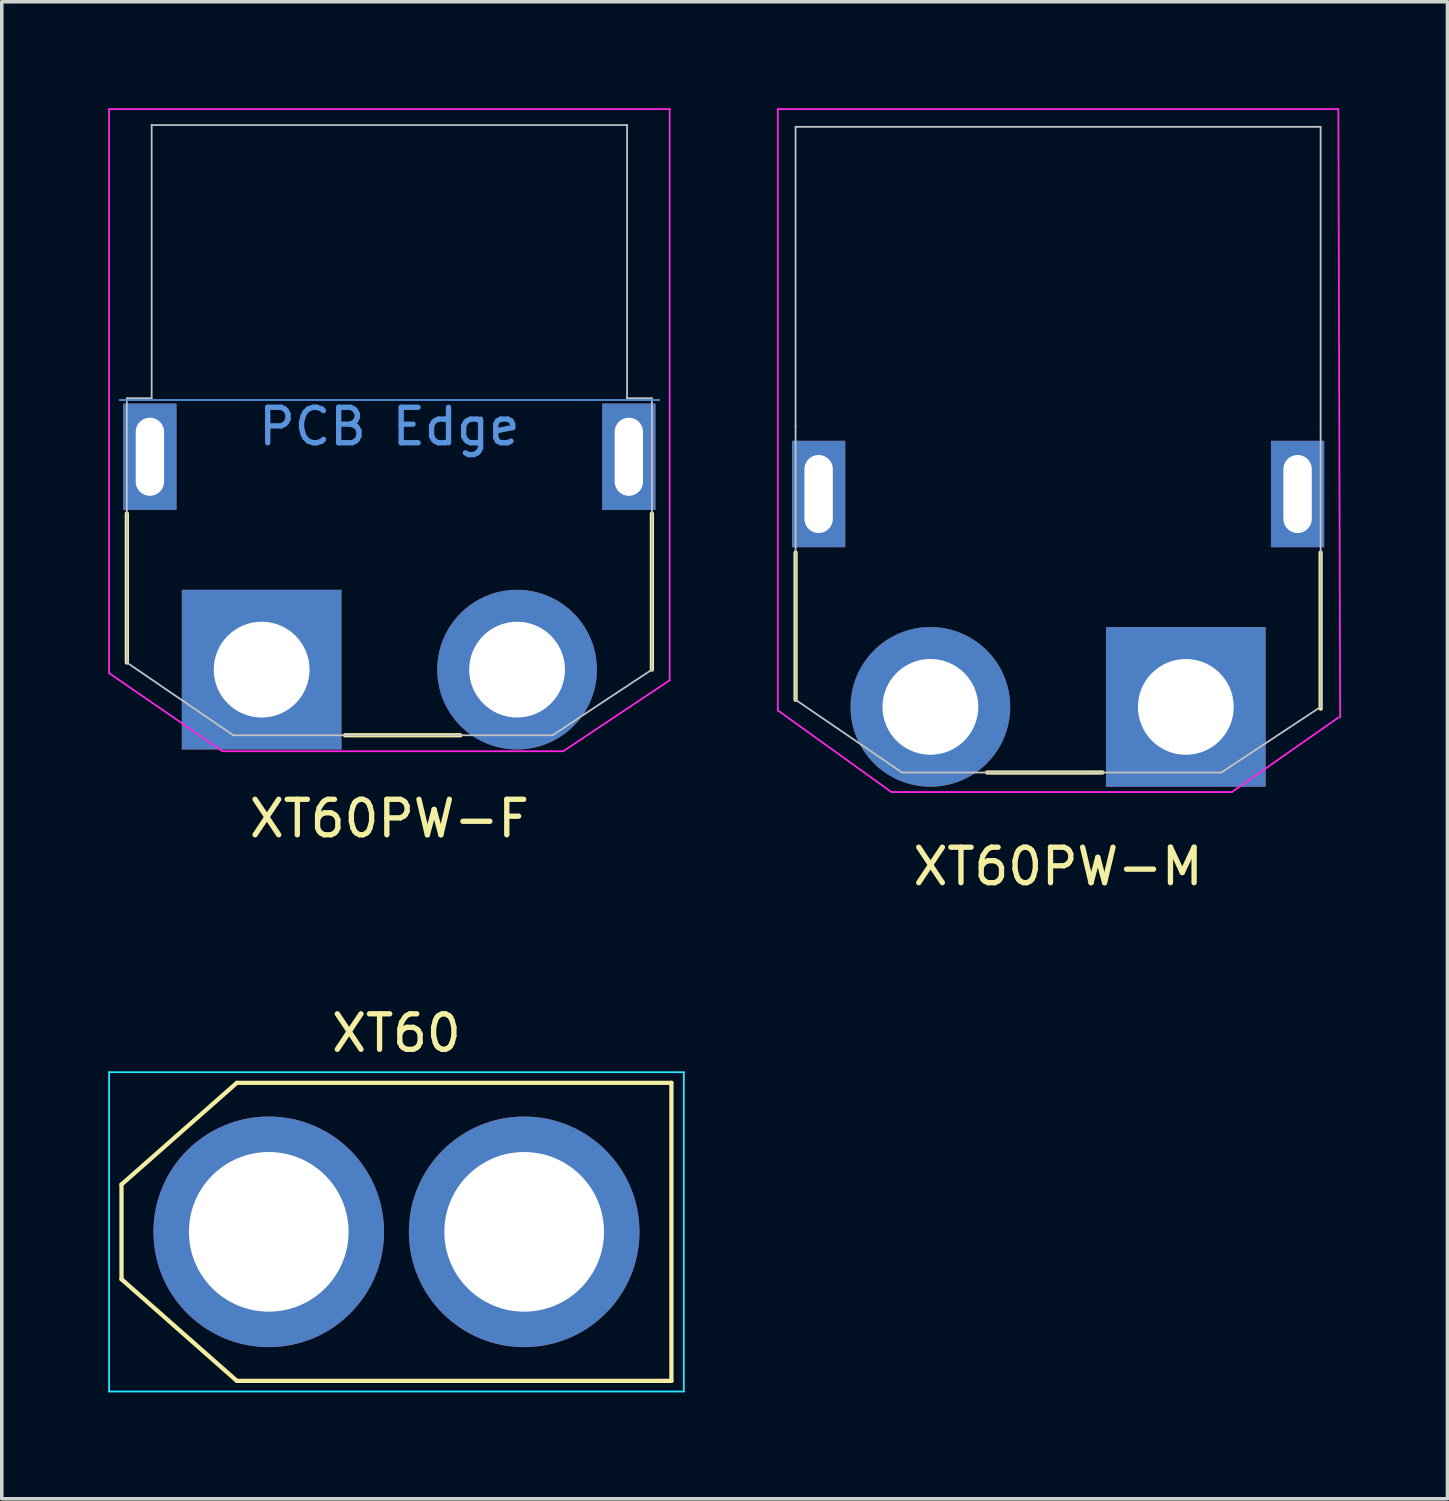
<source format=kicad_pcb>
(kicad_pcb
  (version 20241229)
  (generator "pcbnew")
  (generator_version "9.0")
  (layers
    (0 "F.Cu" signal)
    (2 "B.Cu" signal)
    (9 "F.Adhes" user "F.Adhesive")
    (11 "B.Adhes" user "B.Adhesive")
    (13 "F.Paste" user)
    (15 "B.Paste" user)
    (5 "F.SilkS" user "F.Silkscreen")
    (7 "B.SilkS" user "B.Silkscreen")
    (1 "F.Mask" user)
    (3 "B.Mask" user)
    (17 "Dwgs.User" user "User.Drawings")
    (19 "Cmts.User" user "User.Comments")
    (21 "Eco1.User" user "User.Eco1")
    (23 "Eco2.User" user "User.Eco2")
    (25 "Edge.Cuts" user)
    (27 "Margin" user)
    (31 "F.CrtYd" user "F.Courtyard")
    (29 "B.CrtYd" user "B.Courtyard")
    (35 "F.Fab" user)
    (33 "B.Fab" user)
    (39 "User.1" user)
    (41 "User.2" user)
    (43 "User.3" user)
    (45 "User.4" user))
  (footprint "XT60PW-F"
    (layer "F.Cu")
    (at 7.925 15.825)
    (property "Reference" "XT60PW-F" (at 0 4.2 0) (layer "F.SilkS") (effects (font (size 1 1) (thickness 0.15))))
    (attr through_hole)
    (fp_line (start -7.4 -0.2) (end -7.4 -4.4) (stroke (width 0.12) (type solid)) (layer "F.SilkS"))
    (fp_line (start 2 1.85) (end -1.25 1.85) (stroke (width 0.12) (type solid)) (layer "F.SilkS"))
    (fp_line (start 7.4 0) (end 7.4 -4.4) (stroke (width 0.12) (type solid)) (layer "F.SilkS"))
    (fp_line (start -7.4 -7.65) (end -7.4 -0.2) (stroke (width 0.05) (type solid)) (layer "Dwgs.User"))
    (fp_line (start -7.4 -7.65) (end -6.7 -7.65) (stroke (width 0.05) (type solid)) (layer "Dwgs.User"))
    (fp_line (start -7.4 -0.2) (end -4.4 1.85) (stroke (width 0.05) (type solid)) (layer "Dwgs.User"))
    (fp_line (start -6.7 -15.35) (end 6.7 -15.35) (stroke (width 0.05) (type solid)) (layer "Dwgs.User"))
    (fp_line (start -6.7 -7.65) (end -6.7 -15.35) (stroke (width 0.05) (type solid)) (layer "Dwgs.User"))
    (fp_line (start -4.4 1.85) (end 4.6 1.85) (stroke (width 0.05) (type solid)) (layer "Dwgs.User"))
    (fp_line (start 4.6 1.85) (end 7.4 0) (stroke (width 0.05) (type solid)) (layer "Dwgs.User"))
    (fp_line (start 6.7 -15.35) (end 6.7 -7.65) (stroke (width 0.05) (type solid)) (layer "Dwgs.User"))
    (fp_line (start 7.4 -7.65) (end 6.7 -7.65) (stroke (width 0.05) (type solid)) (layer "Dwgs.User"))
    (fp_line (start 7.4 0) (end 7.4 -7.65) (stroke (width 0.05) (type solid)) (layer "Dwgs.User"))
    (fp_line (start 7.6 -7.6) (end -7.6 -7.6) (stroke (width 0.05) (type solid)) (layer "Cmts.User"))
    (fp_line (start -7.9 -15.8) (end 7.9 -15.8) (stroke (width 0.05) (type solid)) (layer "F.CrtYd"))
    (fp_line (start -7.9 0.1) (end -7.9 -15.8) (stroke (width 0.05) (type solid)) (layer "F.CrtYd"))
    (fp_line (start -4.7 2.3) (end -7.9 0.1) (stroke (width 0.05) (type solid)) (layer "F.CrtYd"))
    (fp_line (start 4.9 2.3) (end -4.7 2.3) (stroke (width 0.05) (type solid)) (layer "F.CrtYd"))
    (fp_line (start 7.9 -15.8) (end 7.9 0.3) (stroke (width 0.05) (type solid)) (layer "F.CrtYd"))
    (fp_line (start 7.9 0.3) (end 4.9 2.3) (stroke (width 0.05) (type solid)) (layer "F.CrtYd"))
    (fp_text user "PCB Edge" (at 0 -6.85 0) (layer "Cmts.User") (effects (font (size 1 1) (thickness 0.15))))
    (pad "1" thru_hole rect (at -3.6 0) (size 4.5 4.5) (drill 2.7) (layers "*.Cu" "*.Mask"))
    (pad "2" thru_hole circle (at 3.6 0) (size 4.5 4.5) (drill 2.7) (layers "*.Cu" "*.Mask"))
    (pad "MP" thru_hole rect (at -6.75 -6) (size 1.5 3) (drill oval 0.8 2.2) (layers "*.Cu" "*.Mask"))
    (pad "MP" thru_hole rect (at 6.75 -6) (size 1.5 3) (drill oval 0.8 2.2) (layers "*.Cu" "*.Mask")))
  (footprint "XT60PW-M"
    (layer "F.Cu")
    (at 26.775 16.875)
    (property "Reference" "XT60PW-M" (at 0 4.5 0) (layer "F.SilkS") (effects (font (size 1 1) (thickness 0.15))))
    (attr through_hole)
    (fp_line (start -7.4 -0.2) (end -7.4 -4.35) (stroke (width 0.12) (type solid)) (layer "F.SilkS"))
    (fp_line (start 1.25 1.85) (end -2 1.85) (stroke (width 0.12) (type solid)) (layer "F.SilkS"))
    (fp_line (start 7.4 0.05) (end 7.4 -4.35) (stroke (width 0.12) (type solid)) (layer "F.SilkS"))
    (fp_line (start -7.4 -16.35) (end 7.4 -16.35) (stroke (width 0.05) (type solid)) (layer "Dwgs.User"))
    (fp_line (start -7.4 -7.9) (end -7.4 -16.35) (stroke (width 0.05) (type solid)) (layer "Dwgs.User"))
    (fp_line (start -7.4 -7.9) (end -7.4 -0.2) (stroke (width 0.05) (type solid)) (layer "Dwgs.User"))
    (fp_line (start -7.4 -0.2) (end -4.4 1.85) (stroke (width 0.05) (type solid)) (layer "Dwgs.User"))
    (fp_line (start -4.4 1.85) (end 4.6 1.85) (stroke (width 0.05) (type solid)) (layer "Dwgs.User"))
    (fp_line (start 4.6 1.85) (end 7.4 0) (stroke (width 0.05) (type solid)) (layer "Dwgs.User"))
    (fp_line (start 7.4 -16.35) (end 7.4 -7.9) (stroke (width 0.05) (type solid)) (layer "Dwgs.User"))
    (fp_line (start 7.4 0) (end 7.4 -7.9) (stroke (width 0.05) (type solid)) (layer "Dwgs.User"))
    (fp_line (start -7.9 -16.85) (end 7.9 -16.85) (stroke (width 0.05) (type solid)) (layer "F.CrtYd"))
    (fp_line (start -7.9 0.1) (end -7.9 -16.85) (stroke (width 0.05) (type solid)) (layer "F.CrtYd"))
    (fp_line (start -4.7 2.4) (end -7.9 0.1) (stroke (width 0.05) (type solid)) (layer "F.CrtYd"))
    (fp_line (start 4.9 2.4) (end -4.7 2.4) (stroke (width 0.05) (type solid)) (layer "F.CrtYd"))
    (fp_line (start 7.9 -16.85) (end 7.95 0.3) (stroke (width 0.05) (type solid)) (layer "F.CrtYd"))
    (fp_line (start 7.9 0.3) (end 4.9 2.4) (stroke (width 0.05) (type solid)) (layer "F.CrtYd"))
    (pad "1" thru_hole rect (at 3.6 0) (size 4.5 4.5) (drill 2.7) (layers "*.Cu" "*.Mask"))
    (pad "2" thru_hole circle (at -3.6 0) (size 4.5 4.5) (drill 2.7) (layers "*.Cu" "*.Mask"))
    (pad "MP" thru_hole rect (at -6.75 -6) (size 1.5 3) (drill oval 0.8 2.2) (layers "*.Cu" "*.Mask"))
    (pad "MP" thru_hole rect (at 6.75 -6) (size 1.5 3) (drill oval 0.8 2.2) (layers "*.Cu" "*.Mask")))
  (footprint "XT60"
    (layer "F.Cu")
    (at 8.125 31.672)
    (property "Reference" "XT60" (at 0 -5.6 0) (layer "F.SilkS") (effects (font (size 1 1) (thickness 0.15))))
    (attr through_hole)
    (fp_line (start -7.75 -1.335) (end -7.75 1.335) (stroke (width 0.12) (type solid)) (layer "F.SilkS"))
    (fp_line (start -7.75 -1.335) (end -4.5 -4.2) (stroke (width 0.12) (type solid)) (layer "F.SilkS"))
    (fp_line (start -4.5 4.2) (end -7.75 1.335) (stroke (width 0.12) (type solid)) (layer "F.SilkS"))
    (fp_line (start 7.75 -4.2) (end -4.5 -4.2) (stroke (width 0.12) (type solid)) (layer "F.SilkS"))
    (fp_line (start 7.75 4.2) (end -4.5 4.2) (stroke (width 0.12) (type solid)) (layer "F.SilkS"))
    (fp_line (start 7.75 4.2) (end 7.75 -4.2) (stroke (width 0.12) (type solid)) (layer "F.SilkS"))
    (fp_line (start -8.1 -4.5) (end -8.1 4.5) (stroke (width 0.05) (type solid)) (layer "B.CrtYd"))
    (fp_line (start -8.1 4.5) (end 8.1 4.5) (stroke (width 0.05) (type solid)) (layer "B.CrtYd"))
    (fp_line (start 8.1 -4.5) (end -8.1 -4.5) (stroke (width 0.05) (type solid)) (layer "B.CrtYd"))
    (fp_line (start 8.1 4.5) (end 8.1 -4.5) (stroke (width 0.05) (type solid)) (layer "B.CrtYd"))
    (pad "1" thru_hole circle (at -3.6 0 180) (size 6.5 6.5) (drill 4.5) (layers "*.Cu" "*.Mask"))
    (pad "2" thru_hole circle (at 3.6 0) (size 6.5 6.5) (drill 4.5) (layers "*.Cu" "*.Mask")))
  (gr_rect
    (start -3 -3)
    (end 37.75 39.197)
    (stroke (width 0.1) (type default))
    (fill no)
    (layer "Edge.Cuts")))
</source>
